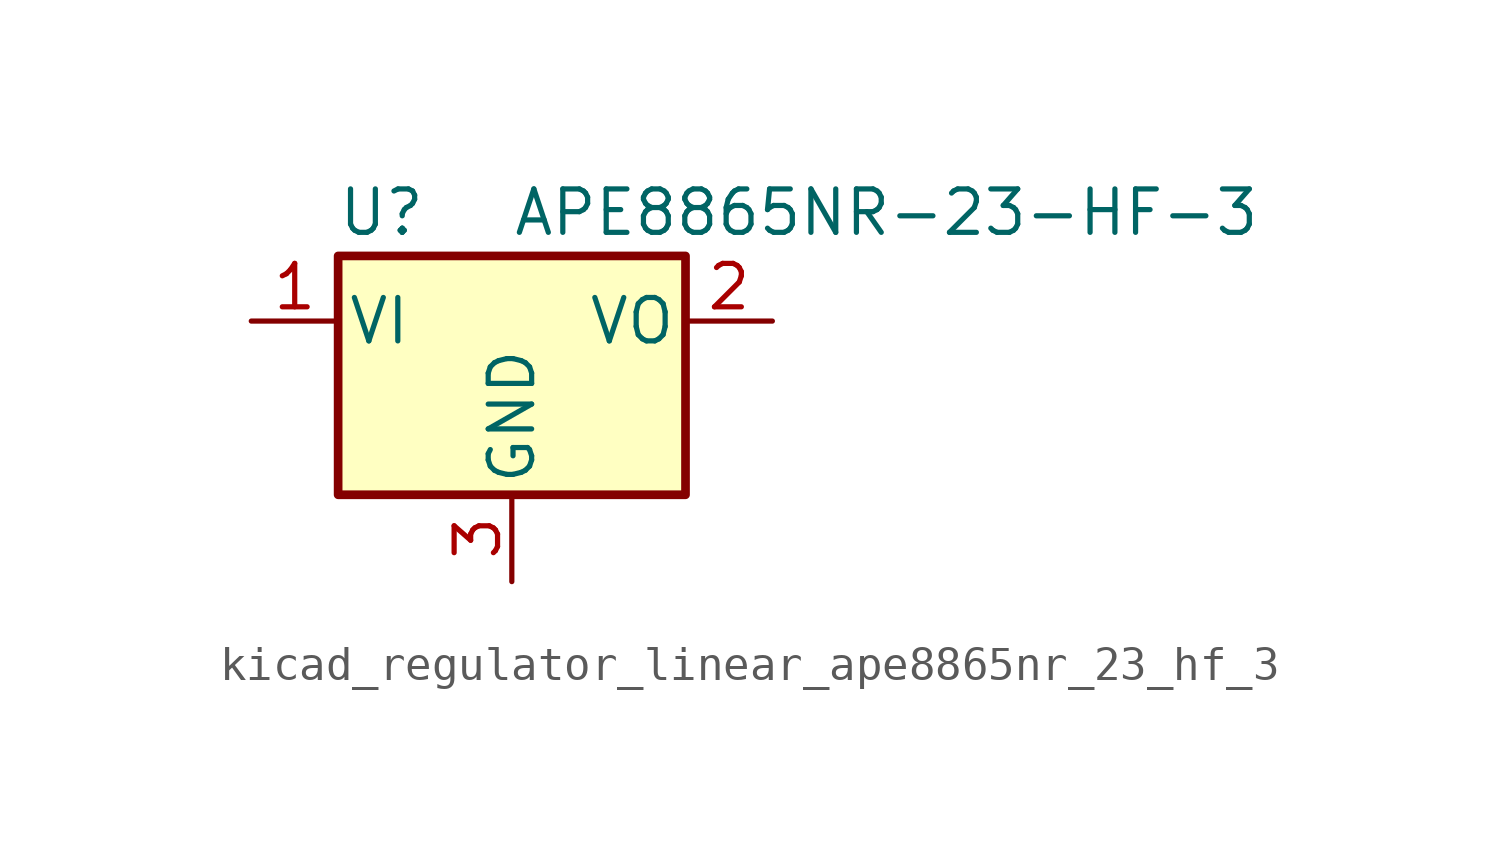
<source format=kicad_sym>
(kicad_symbol_lib
  (version 20220914)
  (generator kicad_symbol_editor)
  (symbol "kicad_regulator_linear_ape8865nr_23_hf_3"
    (pin_names
      (offset 0.254))
    (property "Reference" "U"
      (at -3.81 3.175 0)
      (effects (font (size 1.27 1.27))))
    (property "Value" "APE8865NR-23-HF-3"
      (at 0 3.175 0)
      (effects (font (size 1.27 1.27)) (justify left)))
    (symbol "kicad_regulator_linear_ape8865nr_23_hf_3_0_1"
      (rectangle (start -5.08 1.905) (end 5.08 -5.08) (stroke (width 0.254) (type default)) (fill (type background))))
    (symbol "kicad_regulator_linear_ape8865nr_23_hf_3_1_1"
      (pin power_in line (at -7.62 0 0) (length 2.54) (name "VI" (effects (font (size 1.27 1.27)))) (number "1" (effects (font (size 1.27 1.27)))))
      (pin power_out line (at 7.62 0 180) (length 2.54) (name "VO" (effects (font (size 1.27 1.27)))) (number "2" (effects (font (size 1.27 1.27)))))
      (pin power_in line (at 0 -7.62 90) (length 2.54) (name "GND" (effects (font (size 1.27 1.27)))) (number "3" (effects (font (size 1.27 1.27))))))))
</source>
